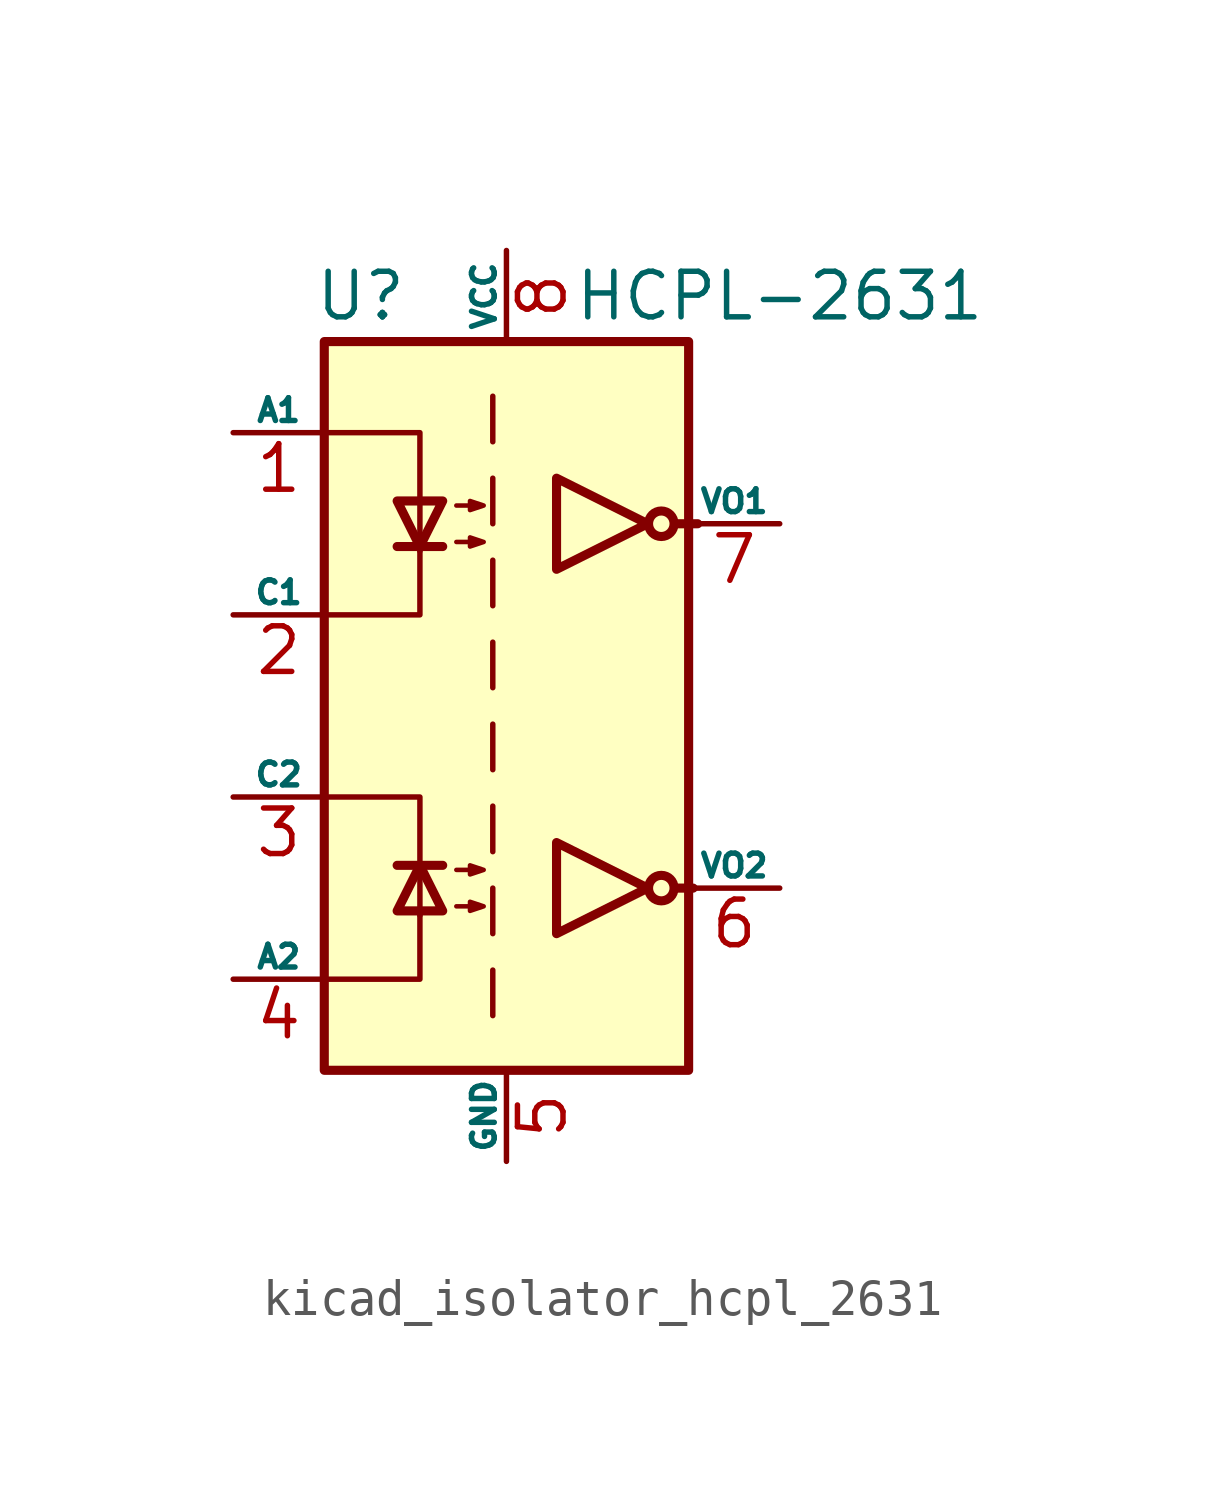
<source format=kicad_sym>
(kicad_symbol_lib
  (version 20220914)
  (generator kicad_symbol_editor)
  (symbol "kicad_isolator_hcpl_2631"
    (pin_names
      (offset 0))
    (property "Reference" "U"
      (at -4.064 11.43 0)
      (effects (font (size 1.27 1.27))))
    (property "Value" "HCPL-2631"
      (at 7.62 11.43 0)
      (effects (font (size 1.27 1.27))))
    (symbol "kicad_isolator_hcpl_2631_1_1"
      (rectangle (start -5.08 10.16) (end 5.08 -10.16) (stroke (width 0.254) (type default)) (fill (type background)))
      (polyline (pts (xy -3.048 -4.445) (xy -1.778 -4.445)) (stroke (width 0.254) (type default)) (fill (type none)))
      (polyline (pts (xy -3.048 4.445) (xy -1.778 4.445)) (stroke (width 0.254) (type default)) (fill (type none)))
      (polyline (pts (xy -0.381 -7.366) (xy -0.381 -8.636)) (stroke (width 0) (type default)) (fill (type none)))
      (polyline (pts (xy -0.381 -5.08) (xy -0.381 -6.35)) (stroke (width 0) (type default)) (fill (type none)))
      (polyline (pts (xy -0.381 -2.794) (xy -0.381 -4.064)) (stroke (width 0) (type default)) (fill (type none)))
      (polyline (pts (xy -0.381 -0.508) (xy -0.381 -1.778)) (stroke (width 0) (type default)) (fill (type none)))
      (polyline (pts (xy -0.381 1.778) (xy -0.381 0.508)) (stroke (width 0) (type default)) (fill (type none)))
      (polyline (pts (xy -0.381 4.064) (xy -0.381 2.794)) (stroke (width 0) (type default)) (fill (type none)))
      (polyline (pts (xy -0.381 6.35) (xy -0.381 5.08)) (stroke (width 0) (type default)) (fill (type none)))
      (polyline (pts (xy -0.381 8.636) (xy -0.381 7.366)) (stroke (width 0) (type default)) (fill (type none)))
      (polyline (pts (xy 4.699 -5.08) (xy 5.207 -5.08)) (stroke (width 0.254) (type default)) (fill (type none)))
      (polyline (pts (xy 4.699 5.08) (xy 5.334 5.08)) (stroke (width 0.254) (type default)) (fill (type none)))
      (polyline (pts (xy -4.953 -7.62) (xy -2.413 -7.62) (xy -2.413 -5.715)) (stroke (width 0) (type default)) (fill (type none)))
      (polyline (pts (xy -4.953 7.62) (xy -2.413 7.62) (xy -2.413 4.318)) (stroke (width 0) (type default)) (fill (type none)))
      (polyline (pts (xy -2.413 -5.842) (xy -2.413 -2.54) (xy -4.953 -2.54)) (stroke (width 0) (type default)) (fill (type none)))
      (polyline (pts (xy -2.413 4.445) (xy -2.413 2.54) (xy -4.953 2.54)) (stroke (width 0) (type default)) (fill (type none)))
      (polyline (pts (xy -2.413 -4.445) (xy -3.048 -5.715) (xy -1.778 -5.715) (xy -2.413 -4.445)) (stroke (width 0.254) (type default)) (fill (type none)))
      (polyline (pts (xy -2.413 4.445) (xy -3.048 5.715) (xy -1.778 5.715) (xy -2.413 4.445)) (stroke (width 0.254) (type default)) (fill (type none)))
      (polyline (pts (xy 3.937 -5.08) (xy 1.397 -3.81) (xy 1.397 -6.35) (xy 3.937 -5.08)) (stroke (width 0.254) (type default)) (fill (type none)))
      (polyline (pts (xy 3.937 5.08) (xy 1.397 6.35) (xy 1.397 3.81) (xy 3.937 5.08)) (stroke (width 0.254) (type default)) (fill (type none)))
      (polyline (pts (xy -1.397 -5.588) (xy -0.635 -5.588) (xy -1.016 -5.715) (xy -1.016 -5.461) (xy -0.635 -5.588)) (stroke (width 0.127) (type default)) (fill (type none)))
      (polyline (pts (xy -1.397 -4.572) (xy -0.635 -4.572) (xy -1.016 -4.699) (xy -1.016 -4.445) (xy -0.635 -4.572)) (stroke (width 0.127) (type default)) (fill (type none)))
      (polyline (pts (xy -1.397 4.572) (xy -0.635 4.572) (xy -1.016 4.445) (xy -1.016 4.699) (xy -0.635 4.572)) (stroke (width 0.127) (type default)) (fill (type none)))
      (polyline (pts (xy -1.397 5.588) (xy -0.635 5.588) (xy -1.016 5.461) (xy -1.016 5.715) (xy -0.635 5.588)) (stroke (width 0.127) (type default)) (fill (type none)))
      (circle (center 4.318 -5.08) (radius 0.356) (stroke (width 0.254) (type default)) (fill (type none)))
      (circle (center 4.318 5.08) (radius 0.356) (stroke (width 0.254) (type default)) (fill (type none)))
      (pin passive line (at -7.62 7.62 0) (length 2.54) (name "A1" (effects (font (size 0.635 0.635)))) (number "1" (effects (font (size 1.27 1.27)))))
      (pin passive line (at -7.62 2.54 0) (length 2.54) (name "C1" (effects (font (size 0.635 0.635)))) (number "2" (effects (font (size 1.27 1.27)))))
      (pin passive line (at -7.62 -2.54 0) (length 2.54) (name "C2" (effects (font (size 0.635 0.635)))) (number "3" (effects (font (size 1.27 1.27)))))
      (pin passive line (at -7.62 -7.62 0) (length 2.54) (name "A2" (effects (font (size 0.635 0.635)))) (number "4" (effects (font (size 1.27 1.27)))))
      (pin power_in line (at 0 -12.7 90) (length 2.54) (name "GND" (effects (font (size 0.635 0.635)))) (number "5" (effects (font (size 1.27 1.27)))))
      (pin open_collector line (at 7.62 -5.08 180) (length 2.54) (name "VO2" (effects (font (size 0.635 0.635)))) (number "6" (effects (font (size 1.27 1.27)))))
      (pin open_collector line (at 7.62 5.08 180) (length 2.54) (name "VO1" (effects (font (size 0.635 0.635)))) (number "7" (effects (font (size 1.27 1.27)))))
      (pin power_in line (at 0 12.7 270) (length 2.54) (name "VCC" (effects (font (size 0.635 0.635)))) (number "8" (effects (font (size 1.27 1.27))))))))
</source>
